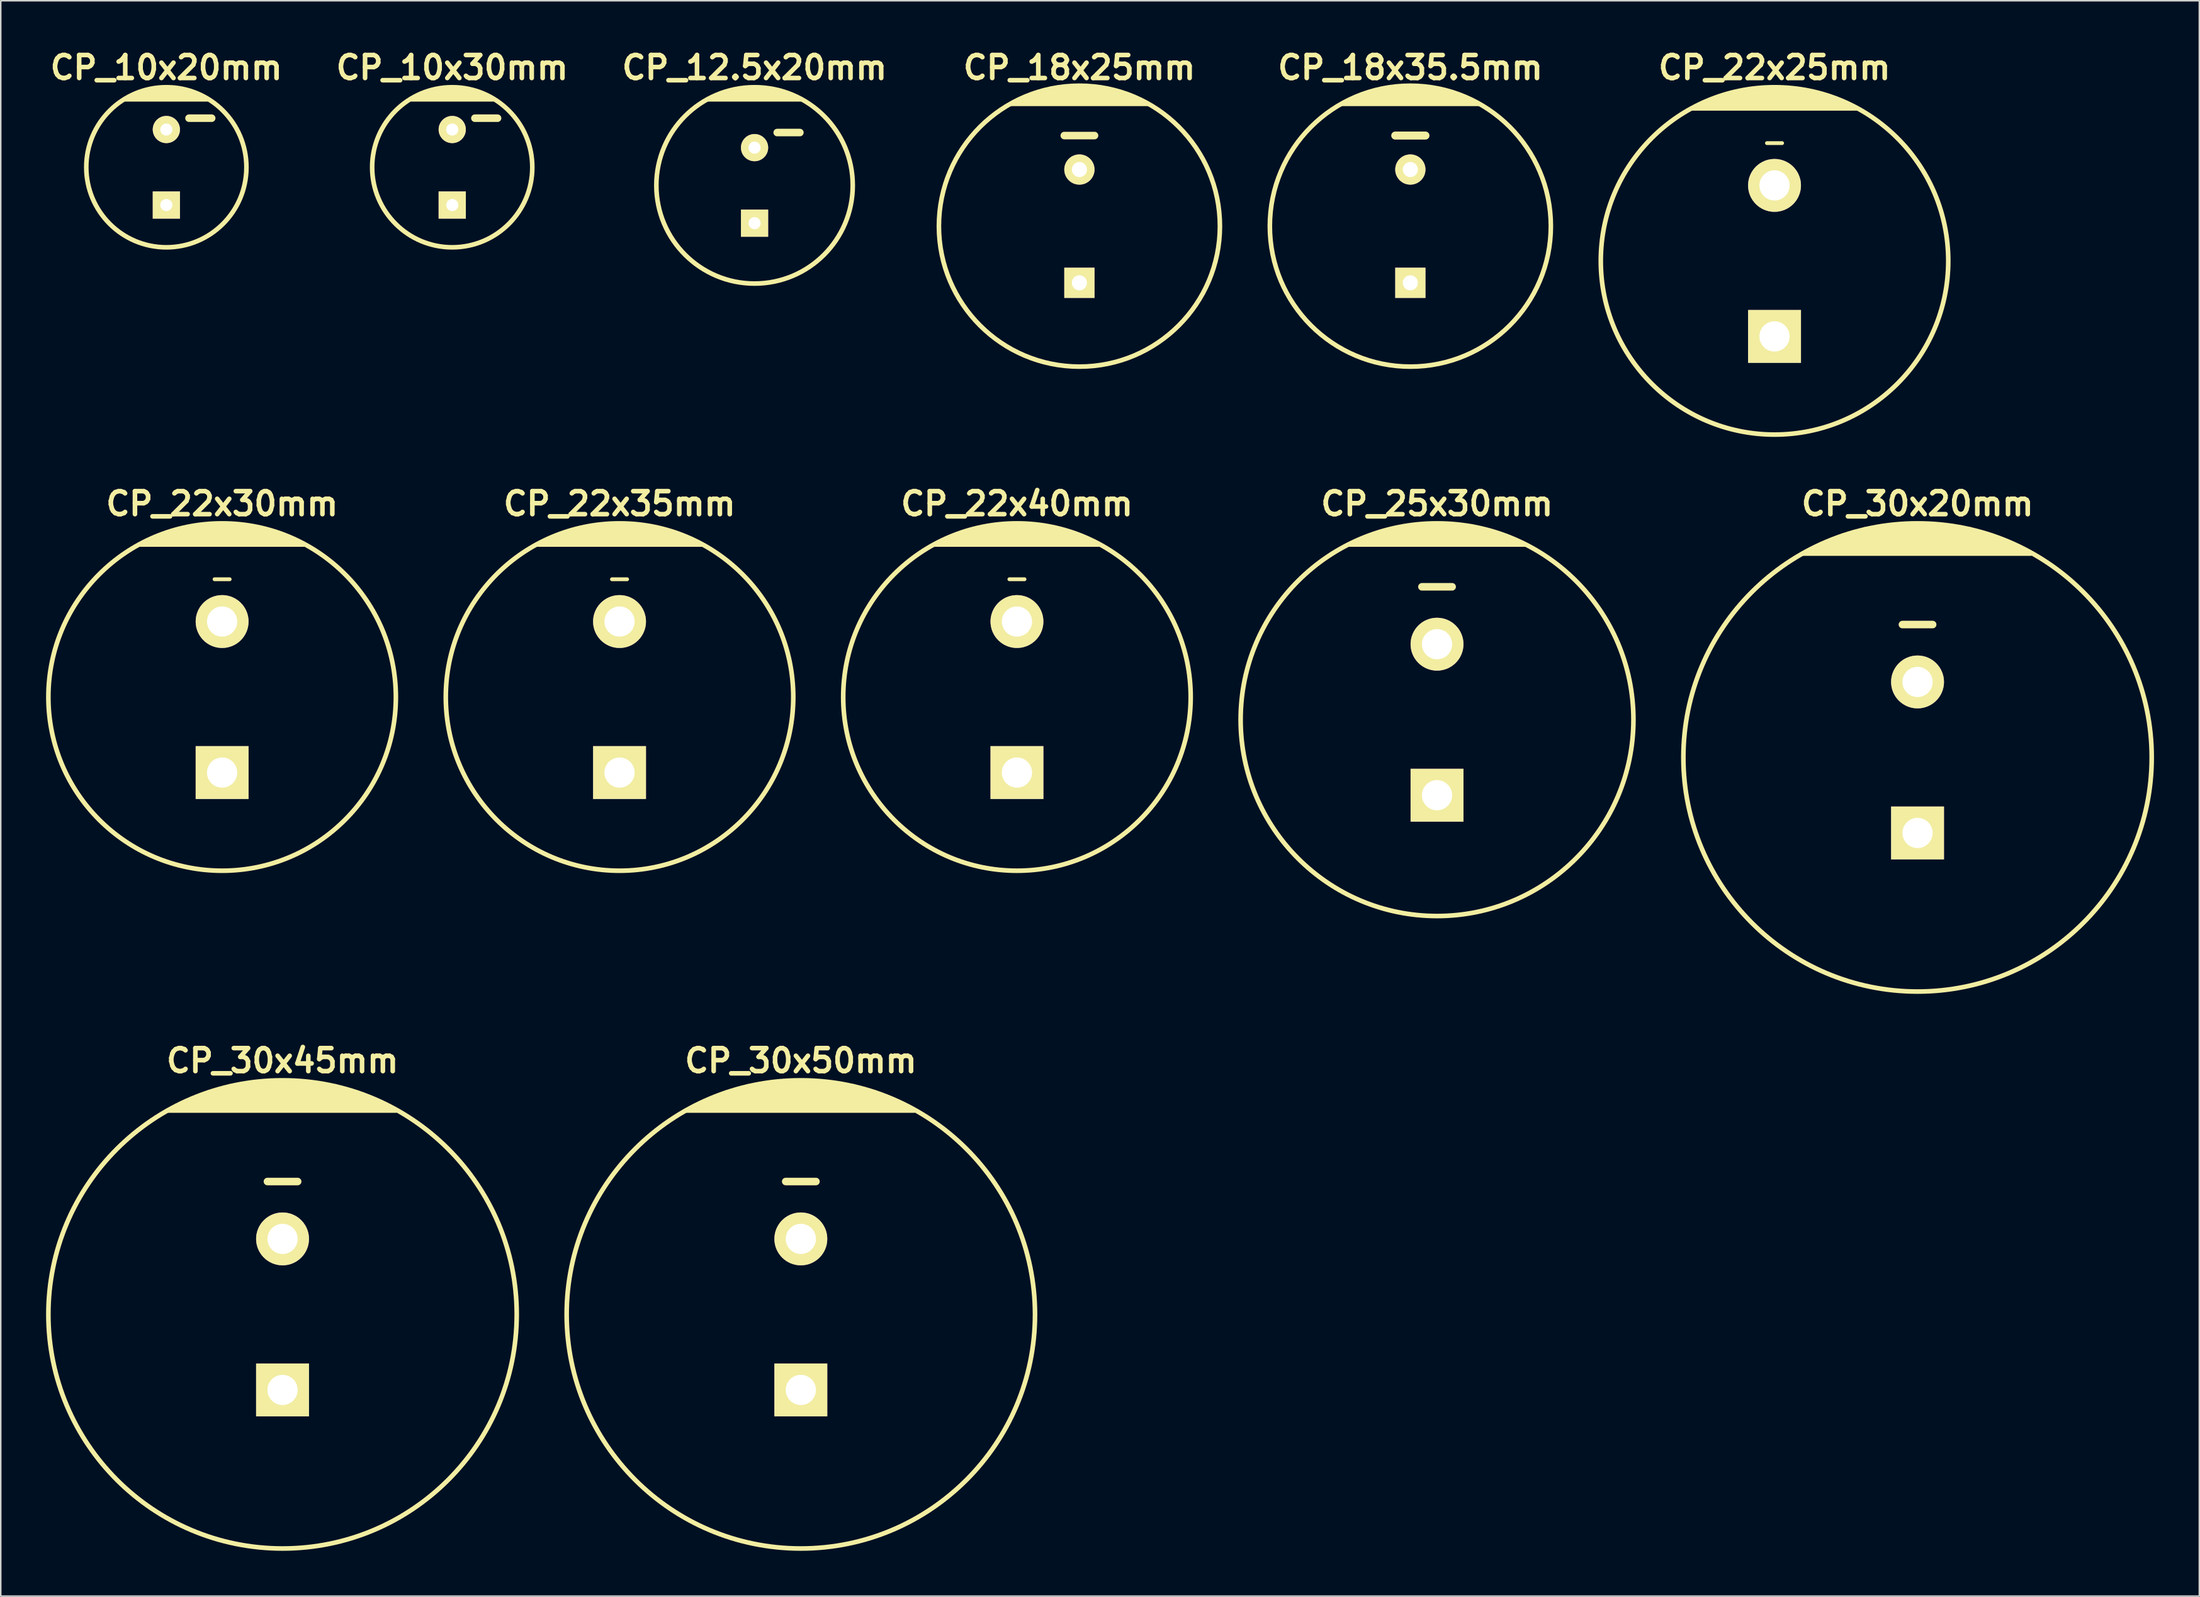
<source format=kicad_pcb>
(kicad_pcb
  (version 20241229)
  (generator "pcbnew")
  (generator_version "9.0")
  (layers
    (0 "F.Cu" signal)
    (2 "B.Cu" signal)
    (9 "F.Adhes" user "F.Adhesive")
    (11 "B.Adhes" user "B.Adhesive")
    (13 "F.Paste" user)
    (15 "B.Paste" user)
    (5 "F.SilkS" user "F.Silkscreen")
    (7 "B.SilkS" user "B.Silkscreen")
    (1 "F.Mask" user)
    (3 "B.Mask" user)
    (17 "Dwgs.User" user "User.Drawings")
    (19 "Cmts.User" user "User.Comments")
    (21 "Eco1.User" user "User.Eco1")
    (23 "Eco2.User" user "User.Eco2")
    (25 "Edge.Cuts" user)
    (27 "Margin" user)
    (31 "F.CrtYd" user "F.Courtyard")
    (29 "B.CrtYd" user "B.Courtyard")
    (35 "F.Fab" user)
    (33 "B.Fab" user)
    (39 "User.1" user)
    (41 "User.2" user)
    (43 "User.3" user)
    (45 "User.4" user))
  (footprint "CP_22x35mm"
    (layer "F.Cu")
    (at 37.957 43.105)
    (property "Reference" "CP_22x35mm" (at 0 -12.8 0) (layer "F.SilkS") (effects (font (size 1.524 1.524) (thickness 0.305))))
    (attr through_hole)
    (fp_line (start -5.4 -10.1) (end 5.4 -10.1) (stroke (width 0.305) (type solid)) (layer "F.SilkS"))
    (fp_line (start -4.5 -10.5) (end 4.5 -10.5) (stroke (width 0.305) (type solid)) (layer "F.SilkS"))
    (fp_line (start -3.5 -10.9) (end 3.5 -10.9) (stroke (width 0.305) (type solid)) (layer "F.SilkS"))
    (fp_line (start -2.9 -11.1) (end 2.9 -11.1) (stroke (width 0.305) (type solid)) (layer "F.SilkS"))
    (fp_line (start -2 -11.3) (end 2 -11.3) (stroke (width 0.305) (type solid)) (layer "F.SilkS"))
    (fp_line (start -0.5 -7.8) (end 0.5 -7.8) (stroke (width 0.254) (type solid)) (layer "F.SilkS"))
    (fp_line (start 4.1 -10.7) (end -4.1 -10.7) (stroke (width 0.305) (type solid)) (layer "F.SilkS"))
    (fp_line (start 5 -10.3) (end -5 -10.3) (stroke (width 0.305) (type solid)) (layer "F.SilkS"))
    (fp_circle (center 0 0) (end -11.5 0) (stroke (width 0.305) (type solid)) (fill no) (layer "F.SilkS"))
    (pad "1" thru_hole rect (at 0 5) (size 3.5 3.5) (drill 2) (layers "*.Cu" "*.Mask" "F.SilkS"))
    (pad "2" thru_hole circle (at 0 -5) (size 3.5 3.5) (drill 2) (layers "*.Cu" "*.Mask" "F.SilkS")))
  (footprint "CP_30x50mm"
    (layer "F.Cu")
    (at 49.957 83.984)
    (property "Reference" "CP_30x50mm" (at 0 -16.8 0) (layer "F.SilkS") (effects (font (size 1.524 1.524) (thickness 0.305))))
    (attr through_hole)
    (fp_line (start -7.6 -13.5) (end 7.5 -13.5) (stroke (width 0.305) (type solid)) (layer "F.SilkS"))
    (fp_line (start -6.8 -13.9) (end 6.8 -13.9) (stroke (width 0.305) (type solid)) (layer "F.SilkS"))
    (fp_line (start -6.4 -14.1) (end 6.4 -14.1) (stroke (width 0.305) (type solid)) (layer "F.SilkS"))
    (fp_line (start -5.4 -14.5) (end 5.4 -14.5) (stroke (width 0.305) (type solid)) (layer "F.SilkS"))
    (fp_line (start -4.9 -14.7) (end 4.9 -14.7) (stroke (width 0.305) (type solid)) (layer "F.SilkS"))
    (fp_line (start -4.2 -14.9) (end 4.2 -14.9) (stroke (width 0.305) (type solid)) (layer "F.SilkS"))
    (fp_line (start -3.5 -15.1) (end 3.5 -15.1) (stroke (width 0.305) (type solid)) (layer "F.SilkS"))
    (fp_line (start -2.4 -15.3) (end 2.4 -15.3) (stroke (width 0.305) (type solid)) (layer "F.SilkS"))
    (fp_line (start -1 -8.8) (end 1 -8.8) (stroke (width 0.5) (type solid)) (layer "F.SilkS"))
    (fp_line (start 5.9 -14.3) (end -5.9 -14.3) (stroke (width 0.305) (type solid)) (layer "F.SilkS"))
    (fp_line (start 7.2 -13.7) (end -7.2 -13.7) (stroke (width 0.305) (type solid)) (layer "F.SilkS"))
    (fp_circle (center 0 0) (end -15.5 0) (stroke (width 0.305) (type solid)) (fill no) (layer "F.SilkS"))
    (pad "1" thru_hole rect (at 0 5) (size 3.5 3.5) (drill 2) (layers "*.Cu" "*.Mask" "F.SilkS"))
    (pad "2" thru_hole circle (at 0 -5) (size 3.5 3.5) (drill 2) (layers "*.Cu" "*.Mask" "F.SilkS")))
  (footprint "CP_10x20mm"
    (layer "F.Cu")
    (at 7.961 8.026)
    (property "Reference" "CP_10x20mm" (at 0 -6.6 0) (layer "F.SilkS") (effects (font (size 1.524 1.524) (thickness 0.305))))
    (attr through_hole)
    (fp_line (start -2.7 -4.5) (end 2.7 -4.5) (stroke (width 0.305) (type solid)) (layer "F.SilkS"))
    (fp_line (start -1.3 -5.1) (end 1.3 -5.1) (stroke (width 0.305) (type solid)) (layer "F.SilkS"))
    (fp_line (start 1.5 -3.25) (end 3 -3.25) (stroke (width 0.5) (type solid)) (layer "F.SilkS"))
    (fp_line (start 1.9 -4.9) (end -1.9 -4.9) (stroke (width 0.305) (type solid)) (layer "F.SilkS"))
    (fp_line (start 2.3 -4.7) (end -2.3 -4.7) (stroke (width 0.305) (type solid)) (layer "F.SilkS"))
    (fp_circle (center 0 0) (end -5.3 0) (stroke (width 0.305) (type solid)) (fill no) (layer "F.SilkS"))
    (pad "1" thru_hole rect (at 0 2.5) (size 1.8 1.8) (drill 0.8) (layers "*.Cu" "*.Mask" "F.SilkS"))
    (pad "2" thru_hole circle (at 0 -2.5) (size 1.8 1.8) (drill 0.8) (layers "*.Cu" "*.Mask" "F.SilkS")))
  (footprint "CP_30x45mm"
    (layer "F.Cu")
    (at 15.652 83.984)
    (property "Reference" "CP_30x45mm" (at 0 -16.8 0) (layer "F.SilkS") (effects (font (size 1.524 1.524) (thickness 0.305))))
    (attr through_hole)
    (fp_line (start -7.6 -13.5) (end 7.5 -13.5) (stroke (width 0.305) (type solid)) (layer "F.SilkS"))
    (fp_line (start -6.8 -13.9) (end 6.8 -13.9) (stroke (width 0.305) (type solid)) (layer "F.SilkS"))
    (fp_line (start -6.4 -14.1) (end 6.4 -14.1) (stroke (width 0.305) (type solid)) (layer "F.SilkS"))
    (fp_line (start -5.4 -14.5) (end 5.4 -14.5) (stroke (width 0.305) (type solid)) (layer "F.SilkS"))
    (fp_line (start -4.9 -14.7) (end 4.9 -14.7) (stroke (width 0.305) (type solid)) (layer "F.SilkS"))
    (fp_line (start -4.2 -14.9) (end 4.2 -14.9) (stroke (width 0.305) (type solid)) (layer "F.SilkS"))
    (fp_line (start -3.5 -15.1) (end 3.5 -15.1) (stroke (width 0.305) (type solid)) (layer "F.SilkS"))
    (fp_line (start -2.4 -15.3) (end 2.4 -15.3) (stroke (width 0.305) (type solid)) (layer "F.SilkS"))
    (fp_line (start -1 -8.8) (end 1 -8.8) (stroke (width 0.5) (type solid)) (layer "F.SilkS"))
    (fp_line (start 5.9 -14.3) (end -5.9 -14.3) (stroke (width 0.305) (type solid)) (layer "F.SilkS"))
    (fp_line (start 7.2 -13.7) (end -7.2 -13.7) (stroke (width 0.305) (type solid)) (layer "F.SilkS"))
    (fp_circle (center 0 0) (end -15.5 0) (stroke (width 0.305) (type solid)) (fill no) (layer "F.SilkS"))
    (pad "1" thru_hole rect (at 0 5) (size 3.5 3.5) (drill 2) (layers "*.Cu" "*.Mask" "F.SilkS"))
    (pad "2" thru_hole circle (at 0 -5) (size 3.5 3.5) (drill 2) (layers "*.Cu" "*.Mask" "F.SilkS")))
  (footprint "CP_12.5x20mm"
    (layer "F.Cu")
    (at 46.894 9.226)
    (property "Reference" "CP_12.5x20mm" (at 0 -7.8 0) (layer "F.SilkS") (effects (font (size 1.524 1.524) (thickness 0.305))))
    (attr through_hole)
    (fp_line (start -3.1 -5.7) (end 3.1 -5.7) (stroke (width 0.305) (type solid)) (layer "F.SilkS"))
    (fp_line (start -1.4 -6.3) (end 1.4 -6.3) (stroke (width 0.305) (type solid)) (layer "F.SilkS"))
    (fp_line (start 1.5 -3.5) (end 3 -3.5) (stroke (width 0.5) (type solid)) (layer "F.SilkS"))
    (fp_line (start 2 -6.1) (end -2 -6.1) (stroke (width 0.305) (type solid)) (layer "F.SilkS"))
    (fp_line (start 2.4 -5.9) (end -2.4 -5.9) (stroke (width 0.305) (type solid)) (layer "F.SilkS"))
    (fp_circle (center 0 0) (end -6.5 0) (stroke (width 0.305) (type solid)) (fill no) (layer "F.SilkS"))
    (pad "1" thru_hole rect (at 0 2.5) (size 1.8 1.8) (drill 0.8) (layers "*.Cu" "*.Mask" "F.SilkS"))
    (pad "2" thru_hole circle (at 0 -2.5) (size 1.8 1.8) (drill 0.8) (layers "*.Cu" "*.Mask" "F.SilkS")))
  (footprint "CP_22x25mm"
    (layer "F.Cu")
    (at 114.406 14.226)
    (property "Reference" "CP_22x25mm" (at 0 -12.8 0) (layer "F.SilkS") (effects (font (size 1.524 1.524) (thickness 0.305))))
    (attr through_hole)
    (fp_line (start -5.4 -10.1) (end 5.4 -10.1) (stroke (width 0.305) (type solid)) (layer "F.SilkS"))
    (fp_line (start -4.5 -10.5) (end 4.5 -10.5) (stroke (width 0.305) (type solid)) (layer "F.SilkS"))
    (fp_line (start -3.5 -10.9) (end 3.5 -10.9) (stroke (width 0.305) (type solid)) (layer "F.SilkS"))
    (fp_line (start -2.9 -11.1) (end 2.9 -11.1) (stroke (width 0.305) (type solid)) (layer "F.SilkS"))
    (fp_line (start -2 -11.3) (end 2 -11.3) (stroke (width 0.305) (type solid)) (layer "F.SilkS"))
    (fp_line (start -0.5 -7.8) (end 0.5 -7.8) (stroke (width 0.254) (type solid)) (layer "F.SilkS"))
    (fp_line (start 4.1 -10.7) (end -4.1 -10.7) (stroke (width 0.305) (type solid)) (layer "F.SilkS"))
    (fp_line (start 5 -10.3) (end -5 -10.3) (stroke (width 0.305) (type solid)) (layer "F.SilkS"))
    (fp_circle (center 0 0) (end -11.5 0) (stroke (width 0.305) (type solid)) (fill no) (layer "F.SilkS"))
    (pad "1" thru_hole rect (at 0 5) (size 3.5 3.5) (drill 2) (layers "*.Cu" "*.Mask" "F.SilkS"))
    (pad "2" thru_hole circle (at 0 -5) (size 3.5 3.5) (drill 2) (layers "*.Cu" "*.Mask" "F.SilkS")))
  (footprint "CP_18x35.5mm"
    (layer "F.Cu")
    (at 90.301 11.926)
    (property "Reference" "CP_18x35.5mm" (at 0 -10.5 0) (layer "F.SilkS") (effects (font (size 1.524 1.524) (thickness 0.305))))
    (attr through_hole)
    (fp_line (start -4.5 -8.1) (end 4.5 -8.1) (stroke (width 0.305) (type solid)) (layer "F.SilkS"))
    (fp_line (start -4.1 -8.3) (end 4.1 -8.3) (stroke (width 0.305) (type solid)) (layer "F.SilkS"))
    (fp_line (start -3.2 -8.7) (end 3.2 -8.7) (stroke (width 0.305) (type solid)) (layer "F.SilkS"))
    (fp_line (start -1.8 -9.1) (end 1.8 -9.1) (stroke (width 0.305) (type solid)) (layer "F.SilkS"))
    (fp_line (start -1 -6) (end 1 -6) (stroke (width 0.53) (type solid)) (layer "F.SilkS"))
    (fp_line (start 2.6 -8.9) (end -2.6 -8.9) (stroke (width 0.305) (type solid)) (layer "F.SilkS"))
    (fp_line (start 3.7 -8.5) (end -3.7 -8.5) (stroke (width 0.305) (type solid)) (layer "F.SilkS"))
    (fp_circle (center 0 0) (end -9.3 0) (stroke (width 0.305) (type solid)) (fill no) (layer "F.SilkS"))
    (pad "1" thru_hole rect (at 0 3.75) (size 2 2) (drill 1) (layers "*.Cu" "*.Mask" "F.SilkS"))
    (pad "2" thru_hole circle (at 0 -3.75) (size 2 2) (drill 1) (layers "*.Cu" "*.Mask" "F.SilkS")))
  (footprint "CP_10x30mm"
    (layer "F.Cu")
    (at 26.883 8.026)
    (property "Reference" "CP_10x30mm" (at 0 -6.6 0) (layer "F.SilkS") (effects (font (size 1.524 1.524) (thickness 0.305))))
    (attr through_hole)
    (fp_line (start -2.7 -4.5) (end 2.7 -4.5) (stroke (width 0.305) (type solid)) (layer "F.SilkS"))
    (fp_line (start -1.3 -5.1) (end 1.3 -5.1) (stroke (width 0.305) (type solid)) (layer "F.SilkS"))
    (fp_line (start 1.5 -3.25) (end 3 -3.25) (stroke (width 0.5) (type solid)) (layer "F.SilkS"))
    (fp_line (start 1.9 -4.9) (end -1.9 -4.9) (stroke (width 0.305) (type solid)) (layer "F.SilkS"))
    (fp_line (start 2.3 -4.7) (end -2.3 -4.7) (stroke (width 0.305) (type solid)) (layer "F.SilkS"))
    (fp_circle (center 0 0) (end -5.3 0) (stroke (width 0.305) (type solid)) (fill no) (layer "F.SilkS"))
    (pad "1" thru_hole rect (at 0 2.5) (size 1.8 1.8) (drill 0.8) (layers "*.Cu" "*.Mask" "F.SilkS"))
    (pad "2" thru_hole circle (at 0 -2.5) (size 1.8 1.8) (drill 0.8) (layers "*.Cu" "*.Mask" "F.SilkS")))
  (footprint "CP_22x30mm"
    (layer "F.Cu")
    (at 11.652 43.105)
    (property "Reference" "CP_22x30mm" (at 0 -12.8 0) (layer "F.SilkS") (effects (font (size 1.524 1.524) (thickness 0.305))))
    (attr through_hole)
    (fp_line (start -5.4 -10.1) (end 5.4 -10.1) (stroke (width 0.305) (type solid)) (layer "F.SilkS"))
    (fp_line (start -4.5 -10.5) (end 4.5 -10.5) (stroke (width 0.305) (type solid)) (layer "F.SilkS"))
    (fp_line (start -3.5 -10.9) (end 3.5 -10.9) (stroke (width 0.305) (type solid)) (layer "F.SilkS"))
    (fp_line (start -2.9 -11.1) (end 2.9 -11.1) (stroke (width 0.305) (type solid)) (layer "F.SilkS"))
    (fp_line (start -2 -11.3) (end 2 -11.3) (stroke (width 0.305) (type solid)) (layer "F.SilkS"))
    (fp_line (start -0.5 -7.8) (end 0.5 -7.8) (stroke (width 0.254) (type solid)) (layer "F.SilkS"))
    (fp_line (start 4.1 -10.7) (end -4.1 -10.7) (stroke (width 0.305) (type solid)) (layer "F.SilkS"))
    (fp_line (start 5 -10.3) (end -5 -10.3) (stroke (width 0.305) (type solid)) (layer "F.SilkS"))
    (fp_circle (center 0 0) (end -11.5 0) (stroke (width 0.305) (type solid)) (fill no) (layer "F.SilkS"))
    (pad "1" thru_hole rect (at 0 5) (size 3.5 3.5) (drill 2) (layers "*.Cu" "*.Mask" "F.SilkS"))
    (pad "2" thru_hole circle (at 0 -5) (size 3.5 3.5) (drill 2) (layers "*.Cu" "*.Mask" "F.SilkS")))
  (footprint "CP_30x20mm"
    (layer "F.Cu")
    (at 123.872 47.105)
    (property "Reference" "CP_30x20mm" (at 0 -16.8 0) (layer "F.SilkS") (effects (font (size 1.524 1.524) (thickness 0.305))))
    (attr through_hole)
    (fp_line (start -7.6 -13.5) (end 7.5 -13.5) (stroke (width 0.305) (type solid)) (layer "F.SilkS"))
    (fp_line (start -6.8 -13.9) (end 6.8 -13.9) (stroke (width 0.305) (type solid)) (layer "F.SilkS"))
    (fp_line (start -6.4 -14.1) (end 6.4 -14.1) (stroke (width 0.305) (type solid)) (layer "F.SilkS"))
    (fp_line (start -5.4 -14.5) (end 5.4 -14.5) (stroke (width 0.305) (type solid)) (layer "F.SilkS"))
    (fp_line (start -4.9 -14.7) (end 4.9 -14.7) (stroke (width 0.305) (type solid)) (layer "F.SilkS"))
    (fp_line (start -4.2 -14.9) (end 4.2 -14.9) (stroke (width 0.305) (type solid)) (layer "F.SilkS"))
    (fp_line (start -3.5 -15.1) (end 3.5 -15.1) (stroke (width 0.305) (type solid)) (layer "F.SilkS"))
    (fp_line (start -2.4 -15.3) (end 2.4 -15.3) (stroke (width 0.305) (type solid)) (layer "F.SilkS"))
    (fp_line (start -1 -8.8) (end 1 -8.8) (stroke (width 0.5) (type solid)) (layer "F.SilkS"))
    (fp_line (start 5.9 -14.3) (end -5.9 -14.3) (stroke (width 0.305) (type solid)) (layer "F.SilkS"))
    (fp_line (start 7.2 -13.7) (end -7.2 -13.7) (stroke (width 0.305) (type solid)) (layer "F.SilkS"))
    (fp_circle (center 0 0) (end -15.5 0) (stroke (width 0.305) (type solid)) (fill no) (layer "F.SilkS"))
    (pad "1" thru_hole rect (at 0 5) (size 3.5 3.5) (drill 2) (layers "*.Cu" "*.Mask" "F.SilkS"))
    (pad "2" thru_hole circle (at 0 -5) (size 3.5 3.5) (drill 2) (layers "*.Cu" "*.Mask" "F.SilkS")))
  (footprint "CP_25x30mm"
    (layer "F.Cu")
    (at 92.067 44.605)
    (property "Reference" "CP_25x30mm" (at 0 -14.3 0) (layer "F.SilkS") (effects (font (size 1.524 1.524) (thickness 0.305))))
    (attr through_hole)
    (fp_line (start -5.8 -11.6) (end 5.8 -11.6) (stroke (width 0.305) (type solid)) (layer "F.SilkS"))
    (fp_line (start -4.9 -12) (end 4.9 -12) (stroke (width 0.305) (type solid)) (layer "F.SilkS"))
    (fp_line (start -3.8 -12.4) (end 3.8 -12.4) (stroke (width 0.305) (type solid)) (layer "F.SilkS"))
    (fp_line (start -2.2 -12.8) (end 2.1 -12.8) (stroke (width 0.305) (type solid)) (layer "F.SilkS"))
    (fp_line (start -1 -8.8) (end 1 -8.8) (stroke (width 0.5) (type solid)) (layer "F.SilkS"))
    (fp_line (start 3 -12.6) (end -3.1 -12.6) (stroke (width 0.305) (type solid)) (layer "F.SilkS"))
    (fp_line (start 4.4 -12.2) (end -4.4 -12.2) (stroke (width 0.305) (type solid)) (layer "F.SilkS"))
    (fp_line (start 5.4 -11.8) (end -5.3 -11.8) (stroke (width 0.305) (type solid)) (layer "F.SilkS"))
    (fp_circle (center 0 0) (end -13 0) (stroke (width 0.305) (type solid)) (fill no) (layer "F.SilkS"))
    (pad "1" thru_hole rect (at 0 5) (size 3.5 3.5) (drill 2) (layers "*.Cu" "*.Mask" "F.SilkS"))
    (pad "2" thru_hole circle (at 0 -5) (size 3.5 3.5) (drill 2) (layers "*.Cu" "*.Mask" "F.SilkS")))
  (footprint "CP_18x25mm"
    (layer "F.Cu")
    (at 68.396 11.926)
    (property "Reference" "CP_18x25mm" (at 0 -10.5 0) (layer "F.SilkS") (effects (font (size 1.524 1.524) (thickness 0.305))))
    (attr through_hole)
    (fp_line (start -4.5 -8.1) (end 4.5 -8.1) (stroke (width 0.305) (type solid)) (layer "F.SilkS"))
    (fp_line (start -4.1 -8.3) (end 4.1 -8.3) (stroke (width 0.305) (type solid)) (layer "F.SilkS"))
    (fp_line (start -3.2 -8.7) (end 3.2 -8.7) (stroke (width 0.305) (type solid)) (layer "F.SilkS"))
    (fp_line (start -1.8 -9.1) (end 1.8 -9.1) (stroke (width 0.305) (type solid)) (layer "F.SilkS"))
    (fp_line (start -1 -6) (end 1 -6) (stroke (width 0.5) (type solid)) (layer "F.SilkS"))
    (fp_line (start 2.6 -8.9) (end -2.6 -8.9) (stroke (width 0.305) (type solid)) (layer "F.SilkS"))
    (fp_line (start 3.7 -8.5) (end -3.7 -8.5) (stroke (width 0.305) (type solid)) (layer "F.SilkS"))
    (fp_circle (center 0 0) (end -9.3 0) (stroke (width 0.305) (type solid)) (fill no) (layer "F.SilkS"))
    (pad "1" thru_hole rect (at 0 3.75) (size 2 2) (drill 1) (layers "*.Cu" "*.Mask" "F.SilkS"))
    (pad "2" thru_hole circle (at 0 -3.75) (size 2 2) (drill 1) (layers "*.Cu" "*.Mask" "F.SilkS")))
  (footprint "CP_22x40mm"
    (layer "F.Cu")
    (at 64.262 43.105)
    (property "Reference" "CP_22x40mm" (at 0 -12.8 0) (layer "F.SilkS") (effects (font (size 1.524 1.524) (thickness 0.305))))
    (attr through_hole)
    (fp_line (start -5.4 -10.1) (end 5.4 -10.1) (stroke (width 0.305) (type solid)) (layer "F.SilkS"))
    (fp_line (start -4.5 -10.5) (end 4.5 -10.5) (stroke (width 0.305) (type solid)) (layer "F.SilkS"))
    (fp_line (start -3.5 -10.9) (end 3.5 -10.9) (stroke (width 0.305) (type solid)) (layer "F.SilkS"))
    (fp_line (start -2.9 -11.1) (end 2.9 -11.1) (stroke (width 0.305) (type solid)) (layer "F.SilkS"))
    (fp_line (start -2 -11.3) (end 2 -11.3) (stroke (width 0.305) (type solid)) (layer "F.SilkS"))
    (fp_line (start -0.5 -7.8) (end 0.5 -7.8) (stroke (width 0.254) (type solid)) (layer "F.SilkS"))
    (fp_line (start 4.1 -10.7) (end -4.1 -10.7) (stroke (width 0.305) (type solid)) (layer "F.SilkS"))
    (fp_line (start 5 -10.3) (end -5 -10.3) (stroke (width 0.305) (type solid)) (layer "F.SilkS"))
    (fp_circle (center 0 0) (end -11.5 0) (stroke (width 0.305) (type solid)) (fill no) (layer "F.SilkS"))
    (pad "1" thru_hole rect (at 0 5) (size 3.5 3.5) (drill 2) (layers "*.Cu" "*.Mask" "F.SilkS"))
    (pad "2" thru_hole circle (at 0 -5) (size 3.5 3.5) (drill 2) (layers "*.Cu" "*.Mask" "F.SilkS")))
  (gr_rect
    (start -3 -3)
    (end 142.524 102.637)
    (stroke (width 0.1) (type default))
    (fill no)
    (layer "Edge.Cuts")))
</source>
